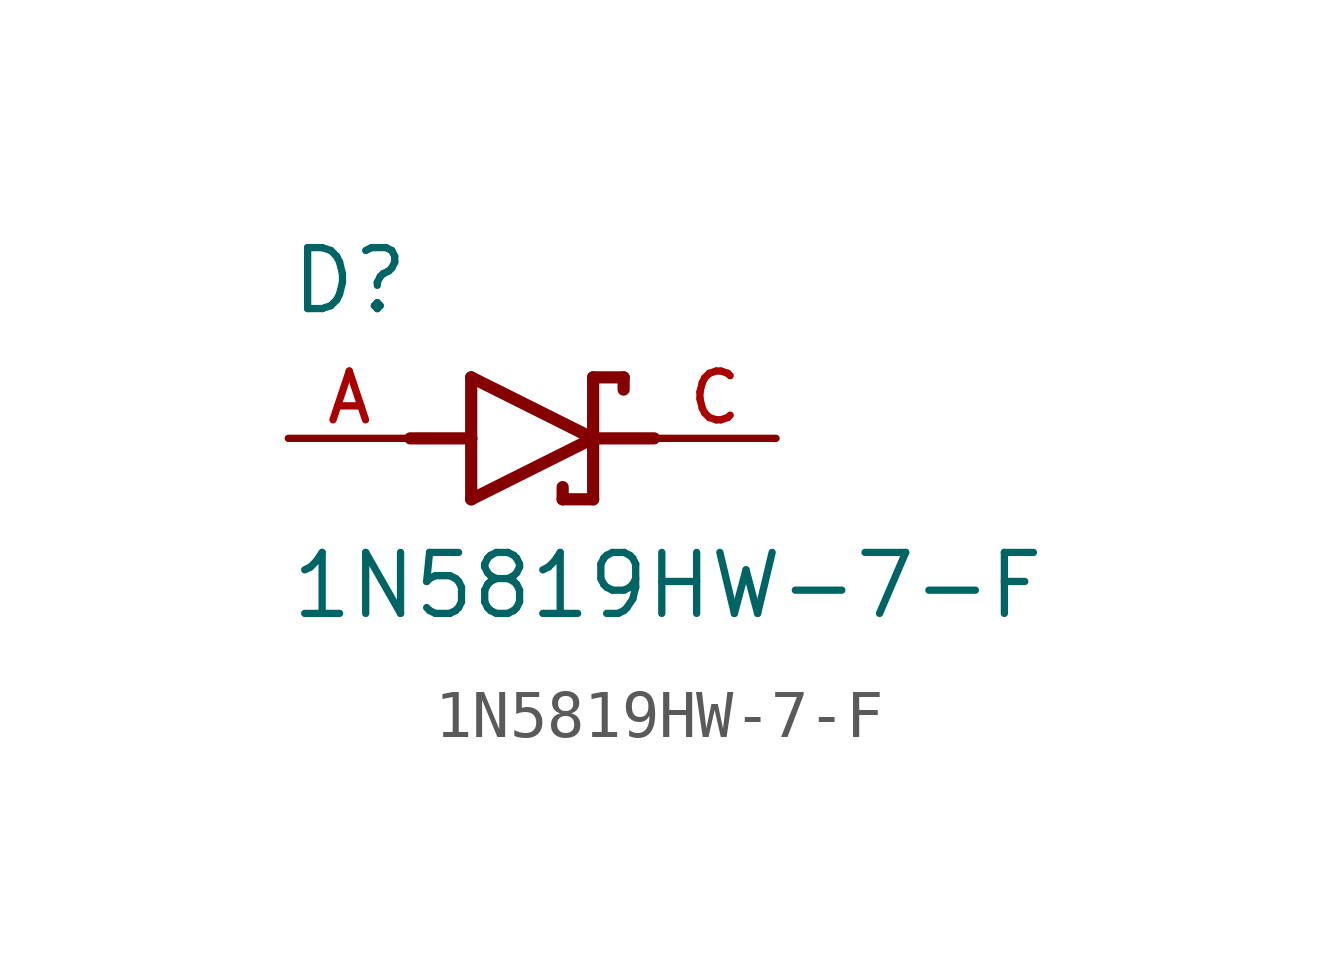
<source format=kicad_sym>
(kicad_symbol_lib
  (version 20211014)
  (generator kicad_symbol_editor)
  (symbol "1N5819HW-7-F"
    (pin_names
      (offset 1.016))
    (property "Reference" "D"
      (at -5.08 2.54 0)
      (effects (font (size 1.27 1.27)) (justify bottom left)))
    (property "Value" "1N5819HW-7-F"
      (at -5.08 -3.81 0)
      (effects (font (size 1.27 1.27)) (justify bottom left)))
    (symbol "1N5819HW-7-F_0_0"
      (polyline (pts (xy -1.27 -1.27) (xy 1.27 0.0)) (stroke (width 0.254)))
      (polyline (pts (xy 1.27 0.0) (xy -1.27 1.27)) (stroke (width 0.254)))
      (polyline (pts (xy 1.905 1.27) (xy 1.27 1.27)) (stroke (width 0.254)))
      (polyline (pts (xy 1.27 1.27) (xy 1.27 0.0)) (stroke (width 0.254)))
      (polyline (pts (xy -1.27 1.27) (xy -1.27 0.0)) (stroke (width 0.254)))
      (polyline (pts (xy -1.27 0.0) (xy -1.27 -1.27)) (stroke (width 0.254)))
      (polyline (pts (xy 1.27 0.0) (xy 1.27 -1.27)) (stroke (width 0.254)))
      (polyline (pts (xy 1.905 1.27) (xy 1.905 1.016)) (stroke (width 0.254)))
      (polyline (pts (xy 1.27 -1.27) (xy 0.635 -1.27)) (stroke (width 0.254)))
      (polyline (pts (xy 0.635 -1.016) (xy 0.635 -1.27)) (stroke (width 0.254)))
      (polyline (pts (xy -2.54 0.0) (xy -1.27 0.0)) (stroke (width 0.254)))
      (polyline (pts (xy 2.54 0.0) (xy 1.27 0.0)) (stroke (width 0.254)))
      (pin passive line (at 5.08 0.0 180.0) (length 2.54) (name "~" (effects (font (size 1.016 1.016)))) (number "C" (effects (font (size 1.016 1.016)))))
      (pin passive line (at -5.08 0.0 0) (length 2.54) (name "~" (effects (font (size 1.016 1.016)))) (number "A" (effects (font (size 1.016 1.016))))))))
</source>
